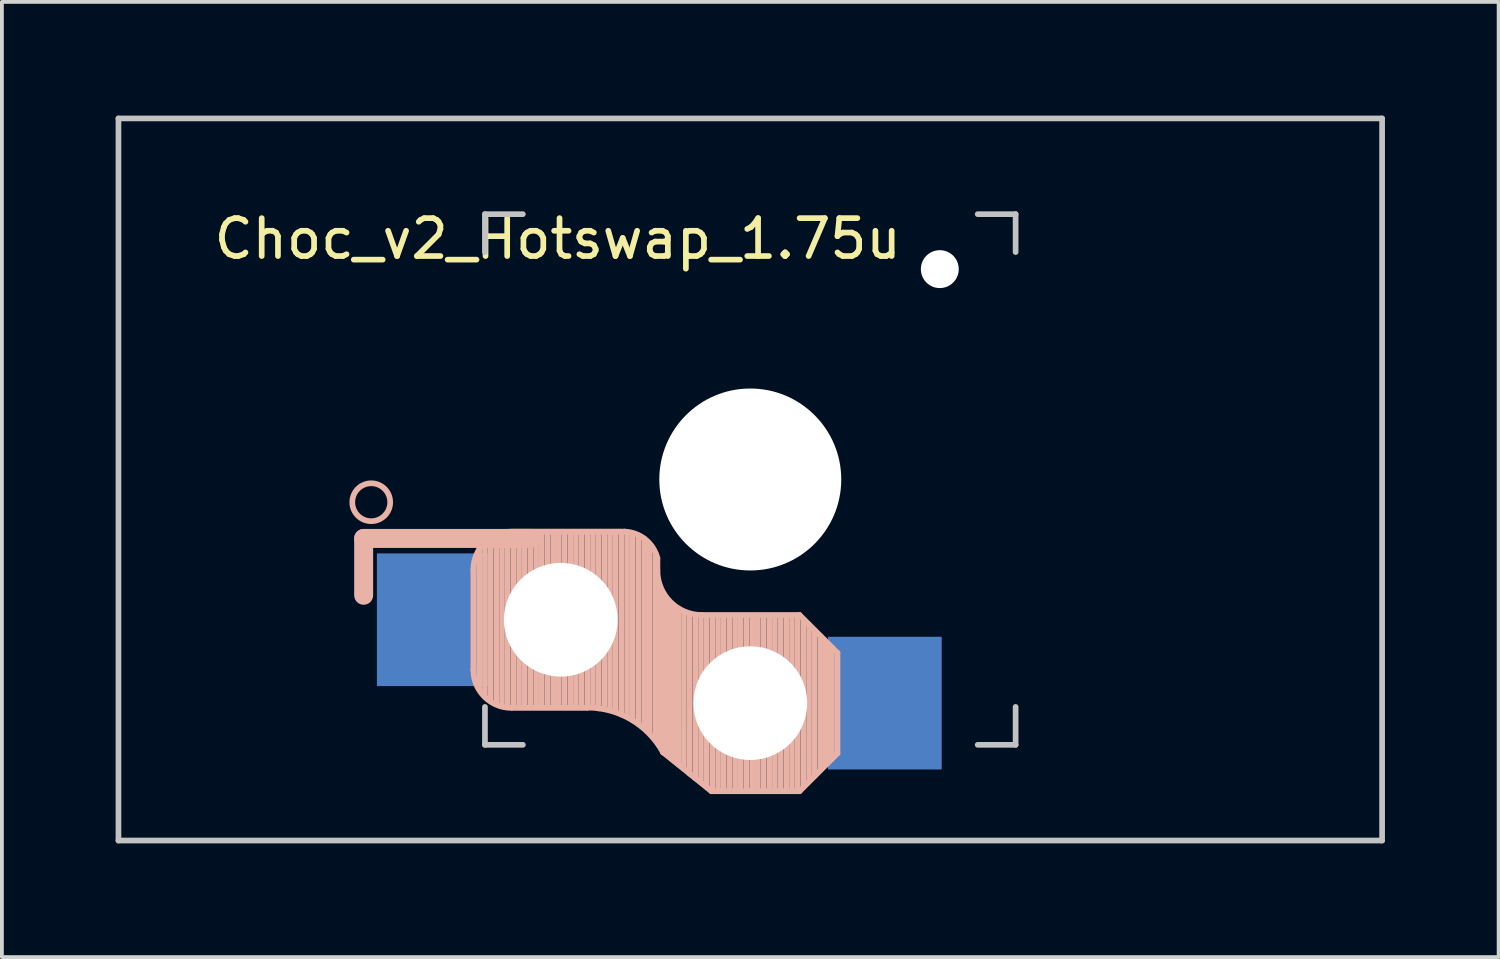
<source format=kicad_pcb>
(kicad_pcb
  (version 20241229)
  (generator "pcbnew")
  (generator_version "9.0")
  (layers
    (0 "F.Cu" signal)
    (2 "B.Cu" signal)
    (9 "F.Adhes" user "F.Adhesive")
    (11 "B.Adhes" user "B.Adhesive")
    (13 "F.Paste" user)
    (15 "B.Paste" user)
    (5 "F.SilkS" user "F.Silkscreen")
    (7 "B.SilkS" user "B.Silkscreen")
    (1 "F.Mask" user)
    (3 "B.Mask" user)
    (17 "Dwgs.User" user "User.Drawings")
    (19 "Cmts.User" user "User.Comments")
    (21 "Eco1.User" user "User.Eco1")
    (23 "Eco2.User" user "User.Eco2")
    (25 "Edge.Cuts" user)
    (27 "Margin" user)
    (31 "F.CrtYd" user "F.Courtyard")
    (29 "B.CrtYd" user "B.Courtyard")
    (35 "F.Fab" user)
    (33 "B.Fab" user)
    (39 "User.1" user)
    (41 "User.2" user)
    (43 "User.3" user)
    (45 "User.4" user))
  (footprint "Choc_v2_Hotswap_1.75u"
    (layer "F.Cu")
    (at 16.744 9.6)
    (property "Reference" "Choc_v2_Hotswap_1.75u" (at -5.08 -6.35 180) (layer "F.SilkS") (effects (font (size 1 1) (thickness 0.15))))
    (attr through_hole)
    (fp_line (start -10.2 1.555) (end -10.2 3.055) (stroke (width 0.5) (type default)) (layer "B.SilkS"))
    (fp_line (start -7.305 2.375) (end -7.305 5.025) (stroke (width 0.15) (type solid)) (layer "B.SilkS"))
    (fp_line (start -7.15 5.53) (end -7.15 1.85) (stroke (width 0.15) (type solid)) (layer "B.SilkS"))
    (fp_line (start -7 5.7) (end -7 1.73) (stroke (width 0.15) (type solid)) (layer "B.SilkS"))
    (fp_line (start -6.85 5.84) (end -6.85 1.7) (stroke (width 0.15) (type solid)) (layer "B.SilkS"))
    (fp_line (start -6.7 5.92) (end -6.7 1.8) (stroke (width 0.15) (type solid)) (layer "B.SilkS"))
    (fp_line (start -6.55 5.97) (end -6.55 1.65) (stroke (width 0.15) (type solid)) (layer "B.SilkS"))
    (fp_line (start -6.4 6.01) (end -6.4 1.5) (stroke (width 0.15) (type solid)) (layer "B.SilkS"))
    (fp_line (start -6.25 6) (end -6.25 1.4) (stroke (width 0.15) (type solid)) (layer "B.SilkS"))
    (fp_line (start -6.1 6) (end -6.1 1.4) (stroke (width 0.15) (type solid)) (layer "B.SilkS"))
    (fp_line (start -5.95 6) (end -5.95 1.4) (stroke (width 0.15) (type solid)) (layer "B.SilkS"))
    (fp_line (start -5.8 1.555) (end -10.2 1.555) (stroke (width 0.5) (type default)) (layer "B.SilkS"))
    (fp_line (start -5.8 6) (end -5.8 1.4) (stroke (width 0.15) (type solid)) (layer "B.SilkS"))
    (fp_line (start -5.65 6) (end -5.65 1.4) (stroke (width 0.15) (type solid)) (layer "B.SilkS"))
    (fp_line (start -5.5 6) (end -5.5 1.4) (stroke (width 0.15) (type solid)) (layer "B.SilkS"))
    (fp_line (start -5.35 6) (end -5.35 1.4) (stroke (width 0.15) (type solid)) (layer "B.SilkS"))
    (fp_line (start -5.2 6) (end -5.2 1.4) (stroke (width 0.15) (type solid)) (layer "B.SilkS"))
    (fp_line (start -5.05 6) (end -5.05 1.4) (stroke (width 0.15) (type solid)) (layer "B.SilkS"))
    (fp_line (start -4.9 6) (end -4.9 1.4) (stroke (width 0.15) (type solid)) (layer "B.SilkS"))
    (fp_line (start -4.75 6) (end -4.75 1.4) (stroke (width 0.15) (type solid)) (layer "B.SilkS"))
    (fp_line (start -4.6 6) (end -4.6 1.4) (stroke (width 0.15) (type solid)) (layer "B.SilkS"))
    (fp_line (start -4.45 6) (end -4.45 1.4) (stroke (width 0.15) (type solid)) (layer "B.SilkS"))
    (fp_line (start -4.3 6) (end -4.3 1.4) (stroke (width 0.15) (type solid)) (layer "B.SilkS"))
    (fp_line (start -4.3 6.025) (end -6.275 6.025) (stroke (width 0.15) (type solid)) (layer "B.SilkS"))
    (fp_line (start -4.15 6) (end -4.15 1.45) (stroke (width 0.15) (type solid)) (layer "B.SilkS"))
    (fp_line (start -4 6.04) (end -4 1.4) (stroke (width 0.15) (type solid)) (layer "B.SilkS"))
    (fp_line (start -3.85 6.05) (end -3.85 1.4) (stroke (width 0.15) (type solid)) (layer "B.SilkS"))
    (fp_line (start -3.7 6.05) (end -3.7 1.45) (stroke (width 0.15) (type solid)) (layer "B.SilkS"))
    (fp_line (start -3.55 6.1) (end -3.55 1.39) (stroke (width 0.15) (type solid)) (layer "B.SilkS"))
    (fp_line (start -3.4 6.2) (end -3.4 1.38) (stroke (width 0.15) (type solid)) (layer "B.SilkS"))
    (fp_line (start -3.311 1.375) (end -6.275 1.375) (stroke (width 0.15) (type solid)) (layer "B.SilkS"))
    (fp_line (start -3.25 6.25) (end -3.25 1.4) (stroke (width 0.15) (type solid)) (layer "B.SilkS"))
    (fp_line (start -3.1 6.35) (end -3.1 1.43) (stroke (width 0.15) (type solid)) (layer "B.SilkS"))
    (fp_line (start -2.95 6.45) (end -2.95 1.48) (stroke (width 0.15) (type solid)) (layer "B.SilkS"))
    (fp_line (start -2.8 6.55) (end -2.8 1.56) (stroke (width 0.15) (type solid)) (layer "B.SilkS"))
    (fp_line (start -2.65 6.7) (end -2.65 1.75) (stroke (width 0.15) (type solid)) (layer "B.SilkS"))
    (fp_line (start -2.5 6.85) (end -2.5 1.95) (stroke (width 0.15) (type solid)) (layer "B.SilkS"))
    (fp_line (start -2.45 2.4) (end -2.45 2.077) (stroke (width 0.15) (type default)) (layer "B.SilkS"))
    (fp_line (start -2.4 7.02) (end -2.4 2.9) (stroke (width 0.15) (type solid)) (layer "B.SilkS"))
    (fp_line (start -2.3 7.2) (end -2.3 3.05) (stroke (width 0.15) (type solid)) (layer "B.SilkS"))
    (fp_line (start -2.3 7.2) (end -1.025 8.225) (stroke (width 0.15) (type solid)) (layer "B.SilkS"))
    (fp_line (start -2.2 7.27) (end -2.2 3.25) (stroke (width 0.15) (type solid)) (layer "B.SilkS"))
    (fp_line (start -2.1 7.35) (end -2.1 3.35) (stroke (width 0.15) (type solid)) (layer "B.SilkS"))
    (fp_line (start -2 7.43) (end -2 3.4) (stroke (width 0.15) (type solid)) (layer "B.SilkS"))
    (fp_line (start -1.89 7.52) (end -1.9 3.45) (stroke (width 0.15) (type solid)) (layer "B.SilkS"))
    (fp_line (start -1.75 7.62) (end -1.75 3.5) (stroke (width 0.15) (type solid)) (layer "B.SilkS"))
    (fp_line (start -1.6 7.76) (end -1.6 3.6) (stroke (width 0.15) (type solid)) (layer "B.SilkS"))
    (fp_line (start -1.45 7.88) (end -1.45 3.6) (stroke (width 0.15) (type solid)) (layer "B.SilkS"))
    (fp_line (start -1.3 7.99) (end -1.3 3.6) (stroke (width 0.15) (type solid)) (layer "B.SilkS"))
    (fp_line (start -1.15 8.11) (end -1.15 3.65) (stroke (width 0.15) (type solid)) (layer "B.SilkS"))
    (fp_line (start -1 8.2) (end -1 3.6) (stroke (width 0.15) (type solid)) (layer "B.SilkS"))
    (fp_line (start -0.85 8.2) (end -0.85 3.6) (stroke (width 0.15) (type solid)) (layer "B.SilkS"))
    (fp_line (start -0.7 8.2) (end -0.7 3.6) (stroke (width 0.15) (type solid)) (layer "B.SilkS"))
    (fp_line (start -0.55 8.2) (end -0.55 3.6) (stroke (width 0.15) (type solid)) (layer "B.SilkS"))
    (fp_line (start -0.4 8.2) (end -0.4 3.6) (stroke (width 0.15) (type solid)) (layer "B.SilkS"))
    (fp_line (start -0.25 8.2) (end -0.25 3.6) (stroke (width 0.15) (type solid)) (layer "B.SilkS"))
    (fp_line (start -0.1 8.2) (end -0.1 3.6) (stroke (width 0.15) (type solid)) (layer "B.SilkS"))
    (fp_line (start 0.05 8.2) (end 0.05 3.6) (stroke (width 0.15) (type solid)) (layer "B.SilkS"))
    (fp_line (start 0.2 8.2) (end 0.2 3.6) (stroke (width 0.15) (type solid)) (layer "B.SilkS"))
    (fp_line (start 0.35 8.2) (end 0.35 3.6) (stroke (width 0.15) (type solid)) (layer "B.SilkS"))
    (fp_line (start 0.5 8.2) (end 0.5 3.6) (stroke (width 0.15) (type solid)) (layer "B.SilkS"))
    (fp_line (start 0.65 8.2) (end 0.65 3.6) (stroke (width 0.15) (type solid)) (layer "B.SilkS"))
    (fp_line (start 0.8 8.2) (end 0.8 3.6) (stroke (width 0.15) (type solid)) (layer "B.SilkS"))
    (fp_line (start 0.95 8.2) (end 0.95 3.6) (stroke (width 0.15) (type solid)) (layer "B.SilkS"))
    (fp_line (start 1.1 8.2) (end 1.1 3.6) (stroke (width 0.15) (type solid)) (layer "B.SilkS"))
    (fp_line (start 1.25 8.2) (end 1.25 3.6) (stroke (width 0.15) (type solid)) (layer "B.SilkS"))
    (fp_line (start 1.3 3.575) (end -1.275 3.575) (stroke (width 0.15) (type solid)) (layer "B.SilkS"))
    (fp_line (start 1.3 8.225) (end -1.025 8.225) (stroke (width 0.15) (type solid)) (layer "B.SilkS"))
    (fp_line (start 1.4 8.09) (end 1.4 3.7) (stroke (width 0.15) (type solid)) (layer "B.SilkS"))
    (fp_line (start 1.55 7.95) (end 1.55 3.83) (stroke (width 0.15) (type solid)) (layer "B.SilkS"))
    (fp_line (start 1.7 7.82) (end 1.7 3.99) (stroke (width 0.15) (type solid)) (layer "B.SilkS"))
    (fp_line (start 1.85 7.66) (end 1.85 4.13) (stroke (width 0.15) (type solid)) (layer "B.SilkS"))
    (fp_line (start 1.95 7.56) (end 1.95 4.23) (stroke (width 0.15) (type solid)) (layer "B.SilkS"))
    (fp_line (start 2.05 7.45) (end 2.05 4.33) (stroke (width 0.15) (type solid)) (layer "B.SilkS"))
    (fp_line (start 2.15 7.37) (end 2.15 4.44) (stroke (width 0.15) (type solid)) (layer "B.SilkS"))
    (fp_line (start 2.3 4.575) (end 1.3 3.575) (stroke (width 0.15) (type solid)) (layer "B.SilkS"))
    (fp_line (start 2.3 4.575) (end 2.3 7.225) (stroke (width 0.15) (type solid)) (layer "B.SilkS"))
    (fp_line (start 2.3 7.225) (end 1.3 8.225) (stroke (width 0.15) (type solid)) (layer "B.SilkS"))
    (fp_arc (start -7.305 2.375) (mid -7.012107 1.667893) (end -6.305 1.375) (stroke (width 0.15) (type solid)) (layer "B.SilkS"))
    (fp_arc (start -6.305 6.025) (mid -7.012107 5.732107) (end -7.305 5.025) (stroke (width 0.15) (type solid)) (layer "B.SilkS"))
    (fp_arc (start -4.3 6.017458) (mid -3.138277 6.335211) (end -2.3 7.2) (stroke (width 0.15) (type solid)) (layer "B.SilkS"))
    (fp_arc (start -3.311204 1.375) (mid -2.763915 1.58277) (end -2.45 2.076887) (stroke (width 0.15) (type solid)) (layer "B.SilkS"))
    (fp_arc (start -1.275 3.575) (mid -2.10585 3.23085) (end -2.45 2.4) (stroke (width 0.15) (type solid)) (layer "B.SilkS"))
    (fp_circle (center -10 0.6) (end -9.5 0.6) (stroke (width 0.15) (type default)) (fill no) (layer "B.SilkS"))
    (fp_line (start -16.669 -9.525) (end 16.669 -9.525) (stroke (width 0.15) (type solid)) (layer "Dwgs.User"))
    (fp_line (start -16.669 9.525) (end -16.669 -9.525) (stroke (width 0.15) (type solid)) (layer "Dwgs.User"))
    (fp_line (start -7 -7) (end -6 -7) (stroke (width 0.15) (type solid)) (layer "Dwgs.User"))
    (fp_line (start -7 -6) (end -7 -7) (stroke (width 0.15) (type solid)) (layer "Dwgs.User"))
    (fp_line (start -7 7) (end -7 6) (stroke (width 0.15) (type solid)) (layer "Dwgs.User"))
    (fp_line (start -6 7) (end -7 7) (stroke (width 0.15) (type solid)) (layer "Dwgs.User"))
    (fp_line (start 6 7) (end 7 7) (stroke (width 0.15) (type solid)) (layer "Dwgs.User"))
    (fp_line (start 7 -7) (end 6 -7) (stroke (width 0.15) (type solid)) (layer "Dwgs.User"))
    (fp_line (start 7 -6) (end 7 -7) (stroke (width 0.15) (type solid)) (layer "Dwgs.User"))
    (fp_line (start 7 7) (end 7 6) (stroke (width 0.15) (type solid)) (layer "Dwgs.User"))
    (fp_line (start 16.669 -9.525) (end 16.669 9.525) (stroke (width 0.15) (type solid)) (layer "Dwgs.User"))
    (fp_line (start 16.669 9.525) (end -16.669 9.525) (stroke (width 0.15) (type solid)) (layer "Dwgs.User"))
    (pad "" np_thru_hole circle (at -5 3.7 90) (size 3 3) (drill 3) (layers "*.Cu" "*.Mask"))
    (pad "" np_thru_hole circle (at 0 0 90) (size 4.8 4.8) (drill 4.8) (layers "*.Cu" "*.Mask"))
    (pad "" np_thru_hole circle (at 0 5.9 90) (size 3 3) (drill 3) (layers "*.Cu" "*.Mask"))
    (pad "" np_thru_hole circle (at 5 -5.55) (size 1 1) (drill oval 1) (layers "*.Cu" "*.Mask"))
    (pad "1" smd rect (at -8.35 3.7 180) (size 3 3.5) (layers "B.Cu" "B.Mask" "B.Paste"))
    (pad "2" smd rect (at 3.55 5.9 180) (size 3 3.5) (layers "B.Cu" "B.Mask" "B.Paste")))
  (gr_rect
    (start -3 -3)
    (end 36.487 22.2)
    (stroke (width 0.1) (type default))
    (fill no)
    (layer "Edge.Cuts")))
</source>
